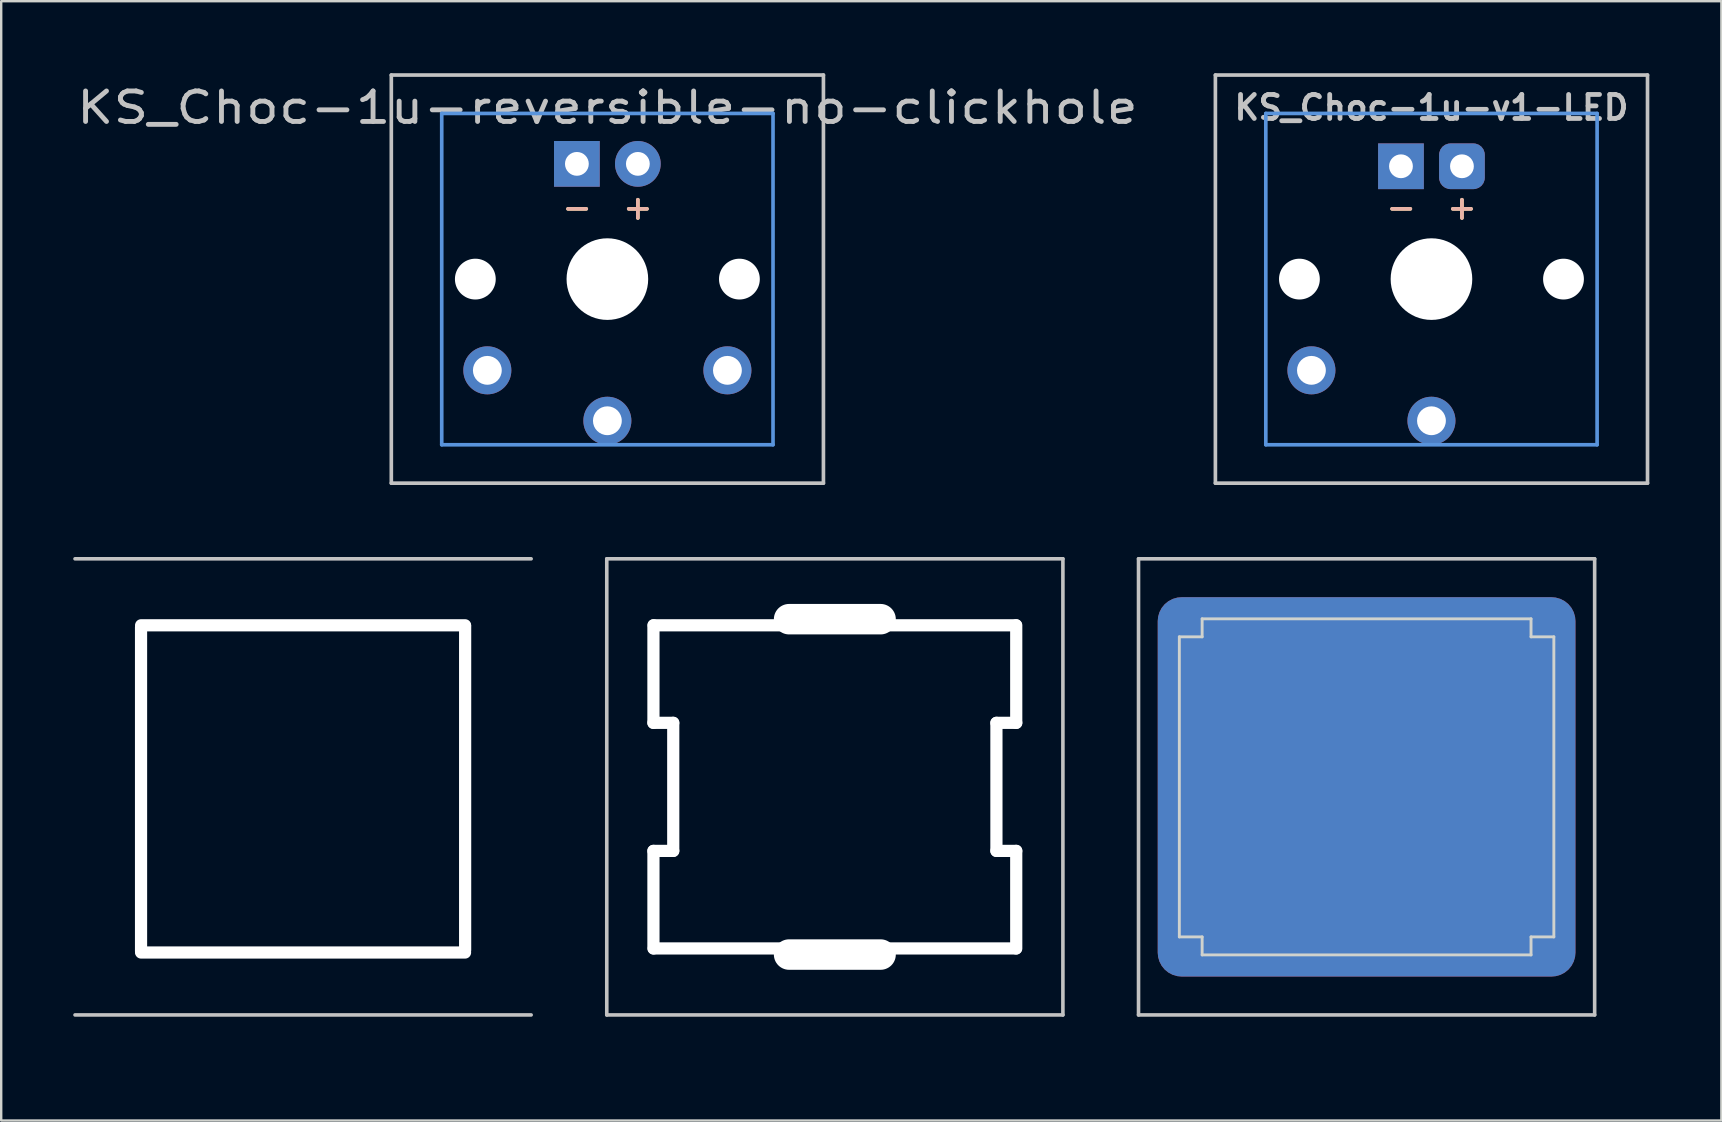
<source format=kicad_pcb>
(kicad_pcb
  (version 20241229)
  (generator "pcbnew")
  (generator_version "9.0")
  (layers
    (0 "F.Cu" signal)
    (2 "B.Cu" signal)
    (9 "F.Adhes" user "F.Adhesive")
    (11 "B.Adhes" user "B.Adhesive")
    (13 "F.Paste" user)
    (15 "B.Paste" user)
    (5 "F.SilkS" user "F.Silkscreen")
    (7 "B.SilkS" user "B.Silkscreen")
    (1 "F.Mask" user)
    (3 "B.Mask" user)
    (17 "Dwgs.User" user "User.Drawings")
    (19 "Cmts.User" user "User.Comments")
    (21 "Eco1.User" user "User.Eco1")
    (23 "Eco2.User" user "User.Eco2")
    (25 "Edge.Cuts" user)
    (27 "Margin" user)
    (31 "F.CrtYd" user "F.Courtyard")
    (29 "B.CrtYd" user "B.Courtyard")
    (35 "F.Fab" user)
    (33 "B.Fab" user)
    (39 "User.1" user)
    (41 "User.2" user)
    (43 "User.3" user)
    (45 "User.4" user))
  (footprint "KS_Choc-1u-v1-LED"
    (layer "F.Cu")
    (at 56.577 8.576)
    (property "Reference" "KS_Choc-1u-v1-LED" (at 0 -7.144 180) (layer "Dwgs.User") (effects (font (size 1 1) (thickness 0.2))))
    (attr through_hole)
    (fp_line (start -9 -8.5) (end 9 -8.5) (stroke (width 0.152) (type solid)) (layer "Dwgs.User"))
    (fp_line (start -9 8.5) (end -9 -8.5) (stroke (width 0.152) (type solid)) (layer "Dwgs.User"))
    (fp_line (start 9 -8.5) (end 9 8.5) (stroke (width 0.152) (type solid)) (layer "Dwgs.User"))
    (fp_line (start 9 8.5) (end -9 8.5) (stroke (width 0.152) (type solid)) (layer "Dwgs.User"))
    (fp_line (start -6.9 -6.9) (end 6.9 -6.9) (stroke (width 0.152) (type solid)) (layer "Cmts.User"))
    (fp_line (start -6.9 6.9) (end -6.9 -6.9) (stroke (width 0.152) (type solid)) (layer "Cmts.User"))
    (fp_line (start 6.9 -6.9) (end 6.9 6.9) (stroke (width 0.152) (type solid)) (layer "Cmts.User"))
    (fp_line (start 6.9 6.9) (end -6.9 6.9) (stroke (width 0.152) (type solid)) (layer "Cmts.User"))
    (fp_line (start -7.5 -7.5) (end 7.5 -7.5) (stroke (width 0.152) (type solid)) (layer "Eco2.User"))
    (fp_line (start -7.5 7.5) (end -7.5 -7.5) (stroke (width 0.152) (type solid)) (layer "Eco2.User"))
    (fp_line (start 7.5 -7.5) (end 7.5 7.5) (stroke (width 0.152) (type solid)) (layer "Eco2.User"))
    (fp_line (start 7.5 7.5) (end -7.5 7.5) (stroke (width 0.152) (type solid)) (layer "Eco2.User"))
    (fp_text user "-" (at -1.26 -3 180) (layer "F.SilkS") (effects (font (size 1 1) (thickness 0.15))))
    (fp_text user "+" (at 1.27 -3 180) (layer "F.SilkS") (effects (font (size 1 1) (thickness 0.15))))
    (fp_text user "+" (at 1.27 -3 180) (layer "B.SilkS") (effects (font (size 1 1) (thickness 0.15)) (justify mirror)))
    (fp_text user "-" (at -1.26 -3 180) (layer "B.SilkS") (effects (font (size 1 1) (thickness 0.15)) (justify mirror)))
    (pad "" np_thru_hole circle (at -5.5 0 180) (size 1.7 1.7) (drill 1.7) (layers "*.Cu" "*.Mask"))
    (pad "" np_thru_hole circle (at 0 0 180) (size 3.4 3.4) (drill 3.4) (layers "*.Cu" "*.Mask"))
    (pad "" np_thru_hole circle (at 5.5 0 180) (size 1.7 1.7) (drill 1.7) (layers "*.Cu" "*.Mask"))
    (pad "1" thru_hole circle (at 0 5.9 180) (size 2 2) (drill 1.2) (layers "*.Cu" "*.Mask"))
    (pad "2" thru_hole circle (at -5 3.8 41.9) (size 2 2) (drill 1.2) (layers "*.Cu" "*.Mask"))
    (pad "3" thru_hole roundrect (at 1.27 -4.7 180) (size 1.905 1.905) (drill 0.991) (layers "*.Cu" "*.Mask") (roundrect_rratio 0.25))
    (pad "4" thru_hole rect (at -1.27 -4.7 180) (size 1.905 1.905) (drill 0.991) (layers "*.Cu" "*.Mask")))
  (footprint "KS_Choc-1u-reversible-no-clickhole"
    (layer "F.Cu")
    (at 22.25 8.576)
    (property "Reference" "KS_Choc-1u-reversible-no-clickhole" (at 0 -7.144 180) (layer "Dwgs.User") (effects (font (size 1.27 1.524) (thickness 0.203))))
    (attr through_hole)
    (fp_line (start -9 -8.5) (end 9 -8.5) (stroke (width 0.152) (type solid)) (layer "Dwgs.User"))
    (fp_line (start -9 8.5) (end -9 -8.5) (stroke (width 0.152) (type solid)) (layer "Dwgs.User"))
    (fp_line (start 9 -8.5) (end 9 8.5) (stroke (width 0.152) (type solid)) (layer "Dwgs.User"))
    (fp_line (start 9 8.5) (end -9 8.5) (stroke (width 0.152) (type solid)) (layer "Dwgs.User"))
    (fp_line (start -6.9 -6.9) (end 6.9 -6.9) (stroke (width 0.152) (type solid)) (layer "Cmts.User"))
    (fp_line (start -6.9 6.9) (end -6.9 -6.9) (stroke (width 0.152) (type solid)) (layer "Cmts.User"))
    (fp_line (start 6.9 -6.9) (end 6.9 6.9) (stroke (width 0.152) (type solid)) (layer "Cmts.User"))
    (fp_line (start 6.9 6.9) (end -6.9 6.9) (stroke (width 0.152) (type solid)) (layer "Cmts.User"))
    (fp_line (start -7.5 -7.5) (end 7.5 -7.5) (stroke (width 0.152) (type solid)) (layer "Eco2.User"))
    (fp_line (start -7.5 7.5) (end -7.5 -7.5) (stroke (width 0.152) (type solid)) (layer "Eco2.User"))
    (fp_line (start 7.5 -7.5) (end 7.5 7.5) (stroke (width 0.152) (type solid)) (layer "Eco2.User"))
    (fp_line (start 7.5 7.5) (end -7.5 7.5) (stroke (width 0.152) (type solid)) (layer "Eco2.User"))
    (fp_text user "+" (at 1.27 -3 180) (layer "F.SilkS") (effects (font (size 1 1) (thickness 0.15))))
    (fp_text user "-" (at -1.26 -3 180) (layer "F.SilkS") (effects (font (size 1 1) (thickness 0.15))))
    (fp_text user "-" (at -1.26 -3 180) (layer "B.SilkS") (effects (font (size 1 1) (thickness 0.15)) (justify mirror)))
    (fp_text user "+" (at 1.27 -3 180) (layer "B.SilkS") (effects (font (size 1 1) (thickness 0.15)) (justify mirror)))
    (pad "" np_thru_hole circle (at -5.5 0 180) (size 1.7 1.7) (drill 1.7) (layers "*.Cu" "*.Mask"))
    (pad "" np_thru_hole circle (at 0 0 180) (size 3.4 3.4) (drill 3.4) (layers "*.Cu" "*.Mask"))
    (pad "" np_thru_hole circle (at 5.5 0 180) (size 1.7 1.7) (drill 1.7) (layers "*.Cu" "*.Mask"))
    (pad "1" thru_hole circle (at 0 5.9 180) (size 2 2) (drill 1.2) (layers "*.Cu" "*.Mask"))
    (pad "2" thru_hole circle (at -5 3.8 41.9) (size 2 2) (drill 1.2) (layers "*.Cu" "B.Mask"))
    (pad "2" thru_hole circle (at 5 3.8 41.9) (size 2 2) (drill 1.2) (layers "*.Cu" "F.Mask"))
    (pad "3" thru_hole circle (at 1.27 -4.8 180) (size 1.905 1.905) (drill 0.991) (layers "*.Cu" "*.Mask"))
    (pad "4" thru_hole rect (at -1.27 -4.8 180) (size 1.905 1.905) (drill 0.991) (layers "*.Cu" "*.Mask")))
  (footprint "KSC_MX-Alps"
    (layer "F.Cu")
    (at 53.875 29.727)
    (property "Reference" "KSC_MX-Alps" (at 0.25 10.05 0) (layer "Eco2.User") (effects (font (size 1 1) (thickness 0.15))))
    (attr through_hole)
    (fp_line (start -9.5 -9.5) (end 9.5 -9.5) (stroke (width 0.15) (type solid)) (layer "Dwgs.User"))
    (fp_line (start -9.5 9.5) (end -9.5 -9.5) (stroke (width 0.15) (type solid)) (layer "Dwgs.User"))
    (fp_line (start 9.5 -9.5) (end 9.5 9.5) (stroke (width 0.15) (type solid)) (layer "Dwgs.User"))
    (fp_line (start 9.5 9.5) (end -9.5 9.5) (stroke (width 0.15) (type solid)) (layer "Dwgs.User"))
    (fp_line (start -7.8 -6.25) (end -6.85 -6.25) (stroke (width 0.12) (type solid)) (layer "Edge.Cuts"))
    (fp_line (start -7.8 6.25) (end -7.8 -6.25) (stroke (width 0.12) (type solid)) (layer "Edge.Cuts"))
    (fp_line (start -6.85 -7) (end 6.85 -7) (stroke (width 0.12) (type solid)) (layer "Edge.Cuts"))
    (fp_line (start -6.85 -6.25) (end -6.85 -7) (stroke (width 0.12) (type solid)) (layer "Edge.Cuts"))
    (fp_line (start -6.85 6.25) (end -7.8 6.25) (stroke (width 0.12) (type solid)) (layer "Edge.Cuts"))
    (fp_line (start -6.85 7) (end -6.85 6.25) (stroke (width 0.12) (type solid)) (layer "Edge.Cuts"))
    (fp_line (start 6.85 -7) (end 6.85 -6.25) (stroke (width 0.12) (type solid)) (layer "Edge.Cuts"))
    (fp_line (start 6.85 -6.25) (end 7.8 -6.25) (stroke (width 0.12) (type solid)) (layer "Edge.Cuts"))
    (fp_line (start 6.85 6.25) (end 6.85 7) (stroke (width 0.12) (type solid)) (layer "Edge.Cuts"))
    (fp_line (start 6.85 7) (end -6.85 7) (stroke (width 0.12) (type solid)) (layer "Edge.Cuts"))
    (fp_line (start 7.8 -6.25) (end 7.8 6.25) (stroke (width 0.12) (type solid)) (layer "Edge.Cuts"))
    (fp_line (start 7.8 6.25) (end 6.85 6.25) (stroke (width 0.12) (type solid)) (layer "Edge.Cuts"))
    (pad "1" smd roundrect (at 0 0 180) (size 17.4 15.8) (layers "F.Cu" "F.Mask") (roundrect_rratio 0.063))
    (pad "1" smd roundrect (at 0 0 180) (size 17.4 15.8) (layers "B.Cu" "B.Mask") (roundrect_rratio 0.063)))
  (footprint "KSC_Choc"
    (layer "F.Cu")
    (at 9.575 29.727)
    (property "Reference" "KSC_Choc" (at 0.25 10.05 0) (layer "Eco2.User") (effects (font (size 1 1) (thickness 0.15))))
    (attr through_hole)
    (fp_line (start -9.5 -9.5) (end 9.5 -9.5) (stroke (width 0.15) (type solid)) (layer "Dwgs.User"))
    (fp_line (start 9.5 9.5) (end -9.5 9.5) (stroke (width 0.15) (type solid)) (layer "Dwgs.User"))
    (pad "" np_thru_hole oval (at -6.75 0.1 90) (size 14 0.508) (drill oval 14 0.508) (layers "*.Cu" "*.Mask"))
    (pad "" np_thru_hole oval (at 0 -6.731) (size 14 0.508) (drill oval 14 0.508) (layers "*.Cu" "*.Mask"))
    (pad "" np_thru_hole oval (at 0 6.9) (size 14 0.508) (drill oval 14 0.508) (layers "*.Cu" "*.Mask"))
    (pad "" np_thru_hole oval (at 6.75 0.05 90) (size 14 0.508) (drill oval 14 0.508) (layers "*.Cu" "*.Mask")))
  (footprint "KSC_MX"
    (layer "F.Cu")
    (at 31.725 29.727)
    (property "Reference" "KSC_MX" (at 0.25 10.05 0) (layer "Eco2.User") (effects (font (size 1 1) (thickness 0.15))))
    (attr through_hole)
    (fp_line (start -9.5 -9.5) (end 9.5 -9.5) (stroke (width 0.15) (type solid)) (layer "Dwgs.User"))
    (fp_line (start -9.5 9.5) (end -9.5 -9.5) (stroke (width 0.15) (type solid)) (layer "Dwgs.User"))
    (fp_line (start 9.5 -9.5) (end 9.5 9.5) (stroke (width 0.15) (type solid)) (layer "Dwgs.User"))
    (fp_line (start 9.5 9.5) (end -9.5 9.5) (stroke (width 0.15) (type solid)) (layer "Dwgs.User"))
    (pad "" np_thru_hole oval (at -7.556 -4.699) (size 0.508 4.572) (drill oval 0.508 4.572) (layers "*.Cu" "*.Mask"))
    (pad "" np_thru_hole oval (at -7.556 4.699) (size 0.508 4.572) (drill oval 0.508 4.572) (layers "*.Cu" "*.Mask"))
    (pad "" np_thru_hole oval (at -7.144 -2.667) (size 1.333 0.508) (drill oval 1.333 0.508) (layers "*.Cu" "*.Mask"))
    (pad "" np_thru_hole oval (at -7.144 2.667) (size 1.333 0.508) (drill oval 1.333 0.508) (layers "*.Cu" "*.Mask"))
    (pad "" np_thru_hole oval (at -6.731 0) (size 0.508 5.842) (drill oval 0.508 5.842) (layers "*.Cu" "*.Mask"))
    (pad "" np_thru_hole oval (at 0 -6.985) (size 5.08 1.27) (drill oval 5.08 1.27) (layers "*.Cu" "*.Mask"))
    (pad "" np_thru_hole oval (at 0 -6.731) (size 15.596 0.508) (drill oval 15.596 0.508) (layers "*.Cu" "*.Mask"))
    (pad "" np_thru_hole oval (at 0 6.731) (size 15.596 0.508) (drill oval 15.596 0.508) (layers "*.Cu" "*.Mask"))
    (pad "" np_thru_hole oval (at 0 6.985) (size 5.08 1.27) (drill oval 5.08 1.27) (layers "*.Cu" "*.Mask"))
    (pad "" np_thru_hole oval (at 6.731 0) (size 0.508 5.842) (drill oval 0.508 5.842) (layers "*.Cu" "*.Mask"))
    (pad "" np_thru_hole oval (at 7.144 -2.667) (size 1.333 0.508) (drill oval 1.333 0.508) (layers "*.Cu" "*.Mask"))
    (pad "" np_thru_hole oval (at 7.144 2.667) (size 1.333 0.508) (drill oval 1.333 0.508) (layers "*.Cu" "*.Mask"))
    (pad "" np_thru_hole oval (at 7.556 -4.699) (size 0.508 4.572) (drill oval 0.508 4.572) (layers "*.Cu" "*.Mask"))
    (pad "" np_thru_hole oval (at 7.556 4.699) (size 0.508 4.572) (drill oval 0.508 4.572) (layers "*.Cu" "*.Mask")))
  (gr_rect
    (start -3 -3)
    (end 68.653 43.626)
    (stroke (width 0.1) (type default))
    (fill no)
    (layer "Edge.Cuts")))
</source>
